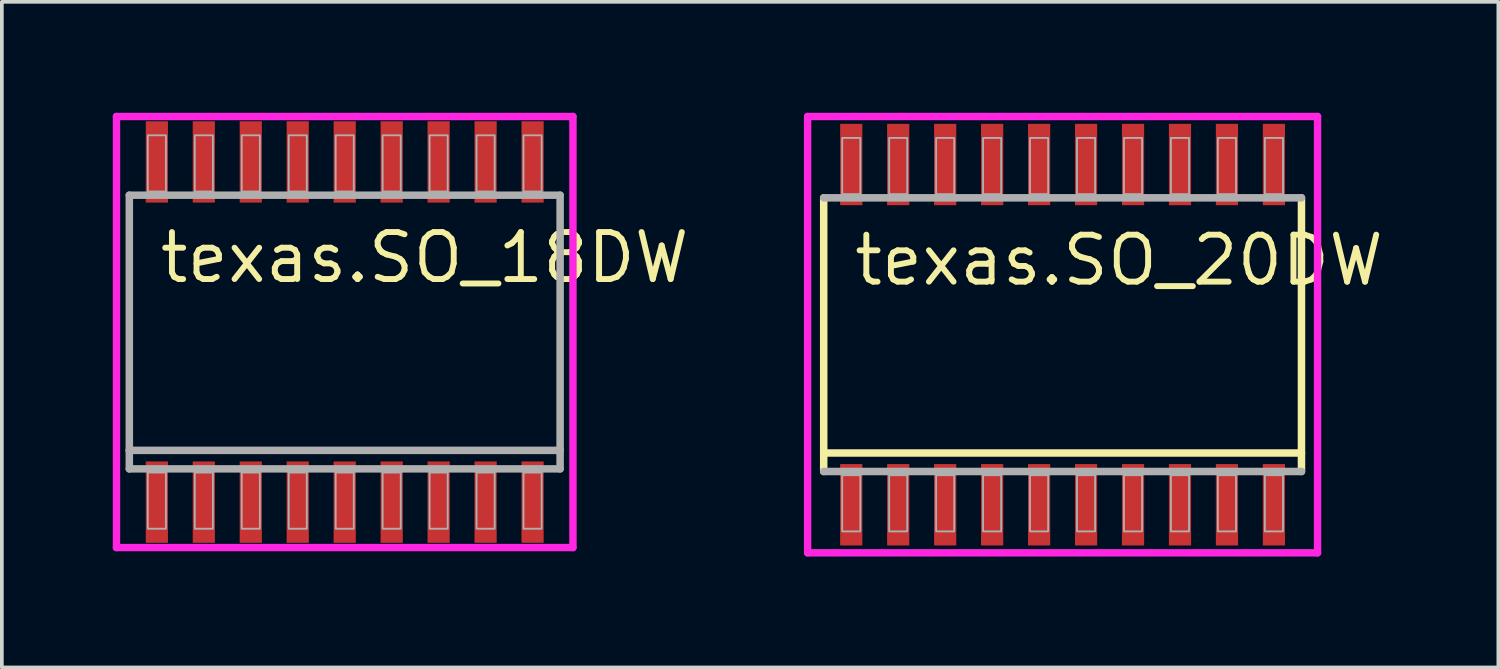
<source format=kicad_pcb>
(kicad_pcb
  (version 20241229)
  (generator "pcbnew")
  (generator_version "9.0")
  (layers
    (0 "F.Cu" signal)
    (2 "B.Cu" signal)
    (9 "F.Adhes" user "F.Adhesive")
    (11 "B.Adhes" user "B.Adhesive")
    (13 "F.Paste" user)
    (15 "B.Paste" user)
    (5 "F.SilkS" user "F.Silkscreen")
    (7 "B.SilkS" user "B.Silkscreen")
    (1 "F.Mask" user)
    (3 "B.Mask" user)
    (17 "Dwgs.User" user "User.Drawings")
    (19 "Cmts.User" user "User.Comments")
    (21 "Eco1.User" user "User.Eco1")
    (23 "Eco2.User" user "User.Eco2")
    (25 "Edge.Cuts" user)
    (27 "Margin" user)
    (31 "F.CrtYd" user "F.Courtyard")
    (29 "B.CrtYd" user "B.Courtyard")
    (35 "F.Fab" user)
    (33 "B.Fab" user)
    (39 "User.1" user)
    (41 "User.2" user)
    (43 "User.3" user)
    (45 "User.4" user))
  (footprint "texas.SO_20DW"
    (layer "F.Cu")
    (at 25.685 6)
    (property "Reference" "texas.SO_20DW" (at -5.715 -1.27 0) (layer "F.SilkS") (effects (font (size 1.27 1.27) (thickness 0.16)) (justify left bottom)))
    (attr smd)
    (fp_line (start -6.46 3.2) (end -6.46 -3.7) (stroke (width 0.203) (type default)) (layer "F.SilkS"))
    (fp_line (start -6.46 3.7) (end -6.46 3.2) (stroke (width 0.203) (type default)) (layer "F.SilkS"))
    (fp_line (start 6.46 -3.7) (end 6.46 3.7) (stroke (width 0.203) (type default)) (layer "F.SilkS"))
    (fp_line (start 6.46 3.2) (end -6.46 3.2) (stroke (width 0.203) (type default)) (layer "F.SilkS"))
    (fp_line (start -6.895 -5.9) (end 6.895 -5.9) (stroke (width 0.2) (type default)) (layer "F.CrtYd"))
    (fp_line (start -6.895 5.9) (end -6.895 -5.9) (stroke (width 0.2) (type default)) (layer "F.CrtYd"))
    (fp_line (start 6.895 -5.9) (end 6.895 5.9) (stroke (width 0.2) (type default)) (layer "F.CrtYd"))
    (fp_line (start 6.895 5.9) (end -6.895 5.9) (stroke (width 0.2) (type default)) (layer "F.CrtYd"))
    (fp_line (start -6.46 -3.7) (end 6.46 -3.7) (stroke (width 0.203) (type default)) (layer "F.Fab"))
    (fp_line (start 6.46 3.7) (end -6.46 3.7) (stroke (width 0.203) (type default)) (layer "F.Fab"))
    (fp_rect (start -5.96 -3.8) (end -5.47 -5.32) (stroke (width 0.05) (type default)) (fill no) (layer "F.Fab"))
    (fp_rect (start -5.96 5.32) (end -5.47 3.8) (stroke (width 0.05) (type default)) (fill no) (layer "F.Fab"))
    (fp_rect (start -4.69 -3.8) (end -4.2 -5.32) (stroke (width 0.05) (type default)) (fill no) (layer "F.Fab"))
    (fp_rect (start -4.69 5.32) (end -4.2 3.8) (stroke (width 0.05) (type default)) (fill no) (layer "F.Fab"))
    (fp_rect (start -3.42 -3.8) (end -2.93 -5.32) (stroke (width 0.05) (type default)) (fill no) (layer "F.Fab"))
    (fp_rect (start -3.42 5.32) (end -2.93 3.8) (stroke (width 0.05) (type default)) (fill no) (layer "F.Fab"))
    (fp_rect (start -2.15 -3.8) (end -1.66 -5.32) (stroke (width 0.05) (type default)) (fill no) (layer "F.Fab"))
    (fp_rect (start -2.15 5.32) (end -1.66 3.8) (stroke (width 0.05) (type default)) (fill no) (layer "F.Fab"))
    (fp_rect (start -0.88 -3.8) (end -0.39 -5.32) (stroke (width 0.05) (type default)) (fill no) (layer "F.Fab"))
    (fp_rect (start -0.88 5.32) (end -0.39 3.8) (stroke (width 0.05) (type default)) (fill no) (layer "F.Fab"))
    (fp_rect (start 0.39 -3.8) (end 0.88 -5.32) (stroke (width 0.05) (type default)) (fill no) (layer "F.Fab"))
    (fp_rect (start 0.39 5.32) (end 0.88 3.8) (stroke (width 0.05) (type default)) (fill no) (layer "F.Fab"))
    (fp_rect (start 1.66 -3.8) (end 2.15 -5.32) (stroke (width 0.05) (type default)) (fill no) (layer "F.Fab"))
    (fp_rect (start 1.66 5.32) (end 2.15 3.8) (stroke (width 0.05) (type default)) (fill no) (layer "F.Fab"))
    (fp_rect (start 2.93 -3.8) (end 3.42 -5.32) (stroke (width 0.05) (type default)) (fill no) (layer "F.Fab"))
    (fp_rect (start 2.93 5.32) (end 3.42 3.8) (stroke (width 0.05) (type default)) (fill no) (layer "F.Fab"))
    (fp_rect (start 4.2 -3.8) (end 4.69 -5.32) (stroke (width 0.05) (type default)) (fill no) (layer "F.Fab"))
    (fp_rect (start 4.2 5.32) (end 4.69 3.8) (stroke (width 0.05) (type default)) (fill no) (layer "F.Fab"))
    (fp_rect (start 5.47 -3.8) (end 5.96 -5.32) (stroke (width 0.05) (type default)) (fill no) (layer "F.Fab"))
    (fp_rect (start 5.47 5.32) (end 5.96 3.8) (stroke (width 0.05) (type default)) (fill no) (layer "F.Fab"))
    (pad "1" smd roundrect (at -5.715 4.6) (size 0.6 2.2) (layers "F.Cu" "F.Mask" "F.Paste") (roundrect_rratio 0.01))
    (pad "2" smd roundrect (at -4.445 4.6) (size 0.6 2.2) (layers "F.Cu" "F.Mask" "F.Paste") (roundrect_rratio 0.01))
    (pad "3" smd roundrect (at -3.175 4.6) (size 0.6 2.2) (layers "F.Cu" "F.Mask" "F.Paste") (roundrect_rratio 0.01))
    (pad "4" smd roundrect (at -1.905 4.6) (size 0.6 2.2) (layers "F.Cu" "F.Mask" "F.Paste") (roundrect_rratio 0.01))
    (pad "5" smd roundrect (at -0.635 4.6) (size 0.6 2.2) (layers "F.Cu" "F.Mask" "F.Paste") (roundrect_rratio 0.01))
    (pad "6" smd roundrect (at 0.635 4.6) (size 0.6 2.2) (layers "F.Cu" "F.Mask" "F.Paste") (roundrect_rratio 0.01))
    (pad "7" smd roundrect (at 1.905 4.6) (size 0.6 2.2) (layers "F.Cu" "F.Mask" "F.Paste") (roundrect_rratio 0.01))
    (pad "8" smd roundrect (at 3.175 4.6) (size 0.6 2.2) (layers "F.Cu" "F.Mask" "F.Paste") (roundrect_rratio 0.01))
    (pad "9" smd roundrect (at 4.445 4.6) (size 0.6 2.2) (layers "F.Cu" "F.Mask" "F.Paste") (roundrect_rratio 0.01))
    (pad "10" smd roundrect (at 5.715 4.6) (size 0.6 2.2) (layers "F.Cu" "F.Mask" "F.Paste") (roundrect_rratio 0.01))
    (pad "11" smd roundrect (at 5.715 -4.6) (size 0.6 2.2) (layers "F.Cu" "F.Mask" "F.Paste") (roundrect_rratio 0.01))
    (pad "12" smd roundrect (at 4.445 -4.6) (size 0.6 2.2) (layers "F.Cu" "F.Mask" "F.Paste") (roundrect_rratio 0.01))
    (pad "13" smd roundrect (at 3.175 -4.6) (size 0.6 2.2) (layers "F.Cu" "F.Mask" "F.Paste") (roundrect_rratio 0.01))
    (pad "14" smd roundrect (at 1.905 -4.6) (size 0.6 2.2) (layers "F.Cu" "F.Mask" "F.Paste") (roundrect_rratio 0.01))
    (pad "15" smd roundrect (at 0.635 -4.6) (size 0.6 2.2) (layers "F.Cu" "F.Mask" "F.Paste") (roundrect_rratio 0.01))
    (pad "16" smd roundrect (at -0.635 -4.6) (size 0.6 2.2) (layers "F.Cu" "F.Mask" "F.Paste") (roundrect_rratio 0.01))
    (pad "17" smd roundrect (at -1.905 -4.6) (size 0.6 2.2) (layers "F.Cu" "F.Mask" "F.Paste") (roundrect_rratio 0.01))
    (pad "18" smd roundrect (at -3.175 -4.6) (size 0.6 2.2) (layers "F.Cu" "F.Mask" "F.Paste") (roundrect_rratio 0.01))
    (pad "19" smd roundrect (at -4.445 -4.6) (size 0.6 2.2) (layers "F.Cu" "F.Mask" "F.Paste") (roundrect_rratio 0.01))
    (pad "20" smd roundrect (at -5.715 -4.6) (size 0.6 2.2) (layers "F.Cu" "F.Mask" "F.Paste") (roundrect_rratio 0.01)))
  (footprint "texas.SO_18DW"
    (layer "F.Cu")
    (at 6.272 5.929)
    (property "Reference" "texas.SO_18DW" (at -5.08 -1.27 0) (layer "F.SilkS") (effects (font (size 1.27 1.27) (thickness 0.16)) (justify left bottom)))
    (attr smd)
    (fp_line (start -6.172 -5.829) (end -6.172 5.829) (stroke (width 0.2) (type default)) (layer "F.CrtYd"))
    (fp_line (start -6.172 5.829) (end 6.172 5.829) (stroke (width 0.2) (type default)) (layer "F.CrtYd"))
    (fp_line (start 6.172 5.829) (end 6.172 -5.829) (stroke (width 0.2) (type default)) (layer "F.CrtYd"))
    (fp_line (start 6.172 -5.829) (end -6.172 -5.829) (stroke (width 0.2) (type default)) (layer "F.CrtYd"))
    (fp_line (start -5.825 -3.7) (end 5.825 -3.7) (stroke (width 0.203) (type default)) (layer "F.Fab"))
    (fp_line (start -5.825 3.2) (end -5.825 -3.7) (stroke (width 0.203) (type default)) (layer "F.Fab"))
    (fp_line (start -5.825 3.7) (end -5.825 3.2) (stroke (width 0.203) (type default)) (layer "F.Fab"))
    (fp_line (start 5.825 -3.7) (end 5.825 3.2) (stroke (width 0.203) (type default)) (layer "F.Fab"))
    (fp_line (start 5.825 3.2) (end -5.825 3.2) (stroke (width 0.203) (type default)) (layer "F.Fab"))
    (fp_line (start 5.825 3.2) (end 5.825 3.7) (stroke (width 0.203) (type default)) (layer "F.Fab"))
    (fp_line (start 5.825 3.7) (end -5.825 3.7) (stroke (width 0.203) (type default)) (layer "F.Fab"))
    (fp_rect (start -5.325 -3.8) (end -4.835 -5.32) (stroke (width 0.05) (type default)) (fill no) (layer "F.Fab"))
    (fp_rect (start -5.325 5.32) (end -4.835 3.8) (stroke (width 0.05) (type default)) (fill no) (layer "F.Fab"))
    (fp_rect (start -4.055 -3.8) (end -3.565 -5.32) (stroke (width 0.05) (type default)) (fill no) (layer "F.Fab"))
    (fp_rect (start -4.055 5.32) (end -3.565 3.8) (stroke (width 0.05) (type default)) (fill no) (layer "F.Fab"))
    (fp_rect (start -2.785 -3.8) (end -2.295 -5.32) (stroke (width 0.05) (type default)) (fill no) (layer "F.Fab"))
    (fp_rect (start -2.785 5.32) (end -2.295 3.8) (stroke (width 0.05) (type default)) (fill no) (layer "F.Fab"))
    (fp_rect (start -1.515 -3.8) (end -1.025 -5.32) (stroke (width 0.05) (type default)) (fill no) (layer "F.Fab"))
    (fp_rect (start -1.515 5.32) (end -1.025 3.8) (stroke (width 0.05) (type default)) (fill no) (layer "F.Fab"))
    (fp_rect (start -0.245 -3.8) (end 0.245 -5.32) (stroke (width 0.05) (type default)) (fill no) (layer "F.Fab"))
    (fp_rect (start -0.245 5.32) (end 0.245 3.8) (stroke (width 0.05) (type default)) (fill no) (layer "F.Fab"))
    (fp_rect (start 1.025 -3.8) (end 1.515 -5.32) (stroke (width 0.05) (type default)) (fill no) (layer "F.Fab"))
    (fp_rect (start 1.025 5.32) (end 1.515 3.8) (stroke (width 0.05) (type default)) (fill no) (layer "F.Fab"))
    (fp_rect (start 2.295 -3.8) (end 2.785 -5.32) (stroke (width 0.05) (type default)) (fill no) (layer "F.Fab"))
    (fp_rect (start 2.295 5.32) (end 2.785 3.8) (stroke (width 0.05) (type default)) (fill no) (layer "F.Fab"))
    (fp_rect (start 3.565 -3.8) (end 4.055 -5.32) (stroke (width 0.05) (type default)) (fill no) (layer "F.Fab"))
    (fp_rect (start 3.565 5.32) (end 4.055 3.8) (stroke (width 0.05) (type default)) (fill no) (layer "F.Fab"))
    (fp_rect (start 4.835 -3.8) (end 5.325 -5.32) (stroke (width 0.05) (type default)) (fill no) (layer "F.Fab"))
    (fp_rect (start 4.835 5.32) (end 5.325 3.8) (stroke (width 0.05) (type default)) (fill no) (layer "F.Fab"))
    (pad "1" smd roundrect (at -5.08 4.6) (size 0.6 2.2) (layers "F.Cu" "F.Mask" "F.Paste") (roundrect_rratio 0.01))
    (pad "2" smd roundrect (at -3.81 4.6) (size 0.6 2.2) (layers "F.Cu" "F.Mask" "F.Paste") (roundrect_rratio 0.01))
    (pad "3" smd roundrect (at -2.54 4.6) (size 0.6 2.2) (layers "F.Cu" "F.Mask" "F.Paste") (roundrect_rratio 0.01))
    (pad "4" smd roundrect (at -1.27 4.6) (size 0.6 2.2) (layers "F.Cu" "F.Mask" "F.Paste") (roundrect_rratio 0.01))
    (pad "5" smd roundrect (at 0 4.6) (size 0.6 2.2) (layers "F.Cu" "F.Mask" "F.Paste") (roundrect_rratio 0.01))
    (pad "6" smd roundrect (at 1.27 4.6) (size 0.6 2.2) (layers "F.Cu" "F.Mask" "F.Paste") (roundrect_rratio 0.01))
    (pad "7" smd roundrect (at 2.54 4.6) (size 0.6 2.2) (layers "F.Cu" "F.Mask" "F.Paste") (roundrect_rratio 0.01))
    (pad "8" smd roundrect (at 3.81 4.6) (size 0.6 2.2) (layers "F.Cu" "F.Mask" "F.Paste") (roundrect_rratio 0.01))
    (pad "9" smd roundrect (at 5.08 4.6) (size 0.6 2.2) (layers "F.Cu" "F.Mask" "F.Paste") (roundrect_rratio 0.01))
    (pad "10" smd roundrect (at 5.08 -4.6) (size 0.6 2.2) (layers "F.Cu" "F.Mask" "F.Paste") (roundrect_rratio 0.01))
    (pad "11" smd roundrect (at 3.81 -4.6) (size 0.6 2.2) (layers "F.Cu" "F.Mask" "F.Paste") (roundrect_rratio 0.01))
    (pad "12" smd roundrect (at 2.54 -4.6) (size 0.6 2.2) (layers "F.Cu" "F.Mask" "F.Paste") (roundrect_rratio 0.01))
    (pad "13" smd roundrect (at 1.27 -4.6) (size 0.6 2.2) (layers "F.Cu" "F.Mask" "F.Paste") (roundrect_rratio 0.01))
    (pad "14" smd roundrect (at 0 -4.6) (size 0.6 2.2) (layers "F.Cu" "F.Mask" "F.Paste") (roundrect_rratio 0.01))
    (pad "15" smd roundrect (at -1.27 -4.6) (size 0.6 2.2) (layers "F.Cu" "F.Mask" "F.Paste") (roundrect_rratio 0.01))
    (pad "16" smd roundrect (at -2.54 -4.6) (size 0.6 2.2) (layers "F.Cu" "F.Mask" "F.Paste") (roundrect_rratio 0.01))
    (pad "17" smd roundrect (at -3.81 -4.6) (size 0.6 2.2) (layers "F.Cu" "F.Mask" "F.Paste") (roundrect_rratio 0.01))
    (pad "18" smd roundrect (at -5.08 -4.6) (size 0.6 2.2) (layers "F.Cu" "F.Mask" "F.Paste") (roundrect_rratio 0.01)))
  (gr_rect
    (start -3 -3)
    (end 37.469 15)
    (stroke (width 0.1) (type default))
    (fill no)
    (layer "Edge.Cuts")))
</source>
